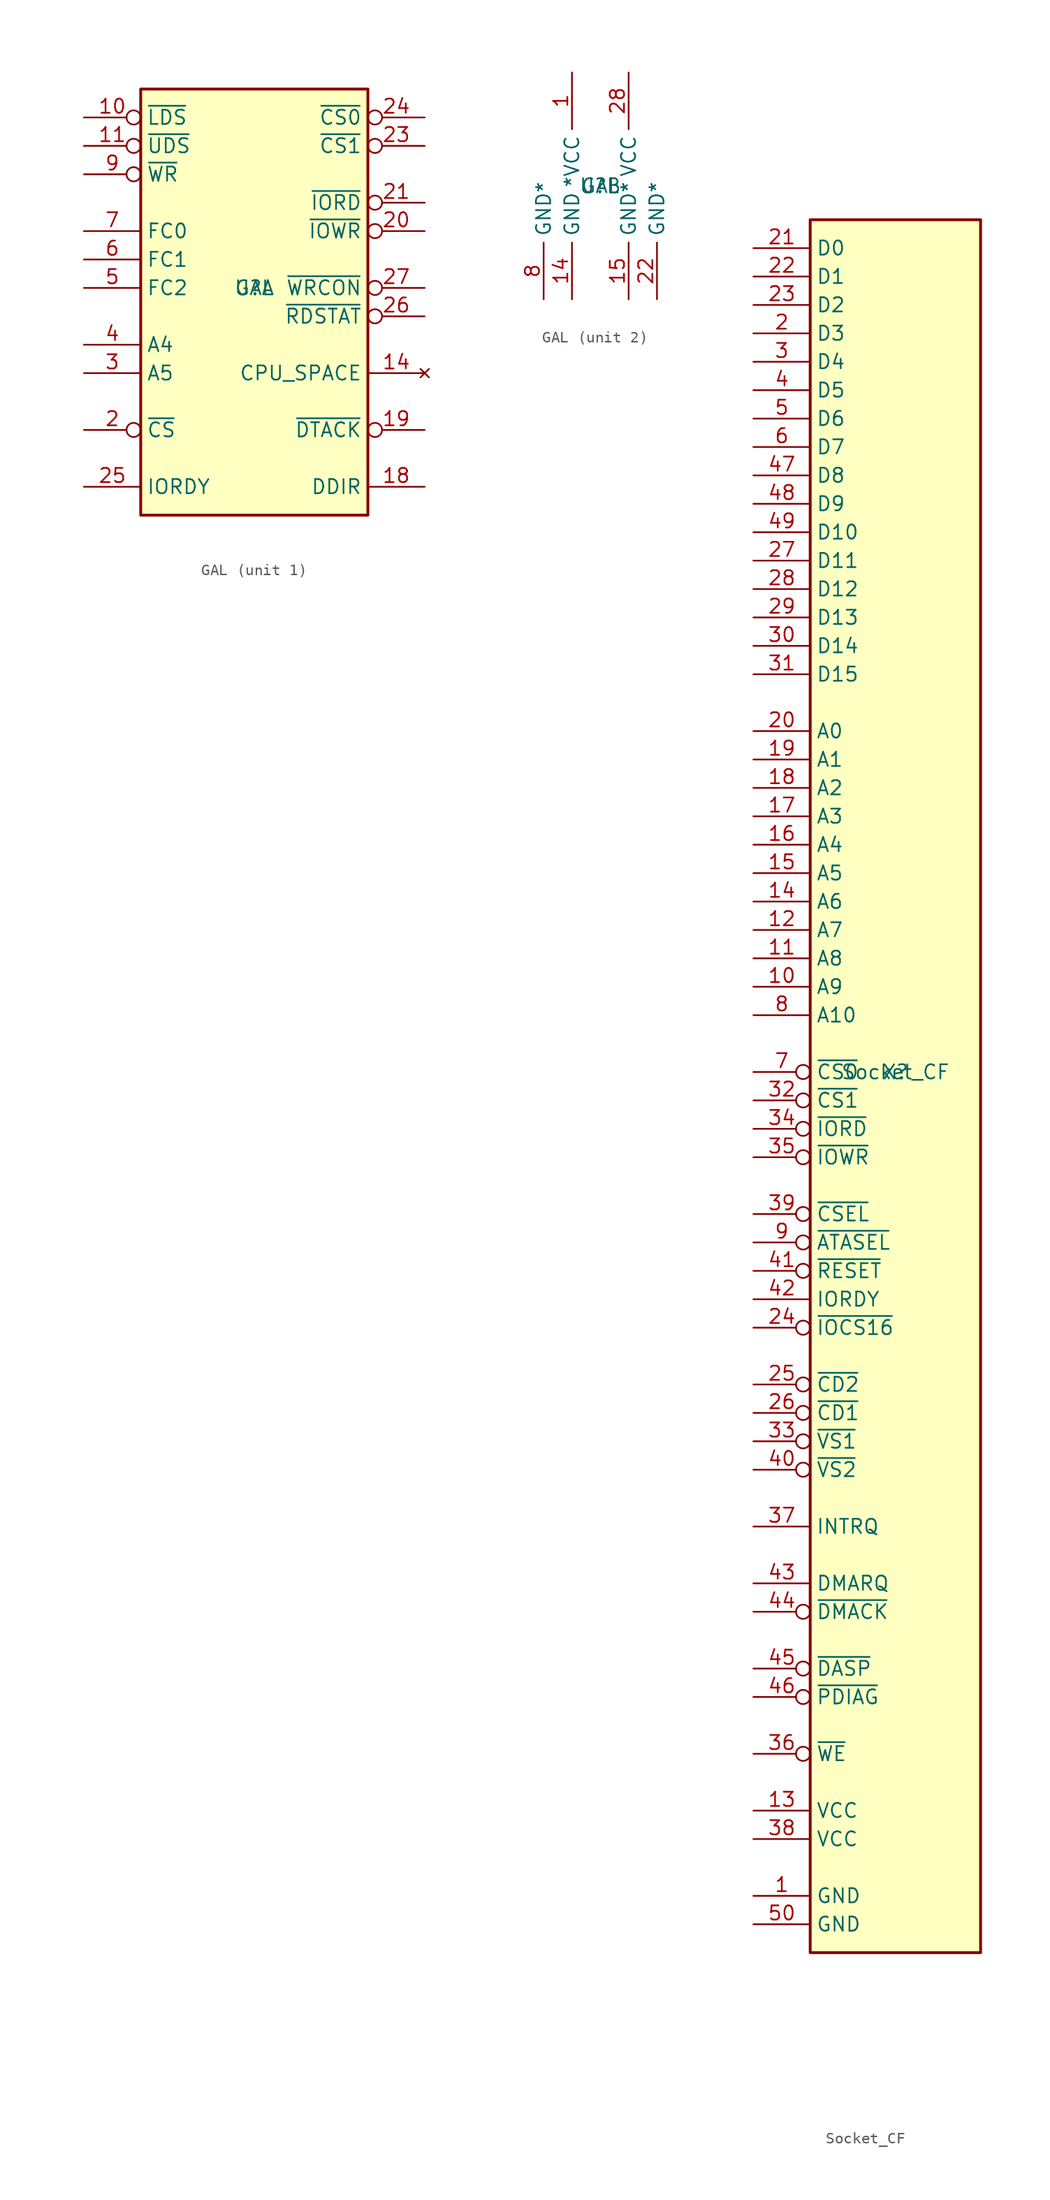
<source format=kicad_sym>
(kicad_symbol_lib
  (version 20211014)
  (generator kicad_symbol_editor)
  (symbol "GAL"
    (property "Reference" "U"
      (at 0 0 0)
      (effects (font (size 1.27 1.27))))
    (property "Value" "GAL"
      (at 0 0 0)
      (effects (font (size 1.27 1.27))))
    (property "ki_locked" ""
      (at 0 0 0)
      (effects (font (size 1.27 1.27))))
    (symbol "GAL_1_1"
      (rectangle (start -10.16 17.78) (end 10.16 -20.32) (stroke (width 0.254) (type default) (color 0 0 0 0)) (fill (type background)))
      (pin input inverted (at -15.24 15.24 0) (length 5.08) (name "~{LDS}" (effects (font (size 1.27 1.27)))) (number "10" (effects (font (size 1.27 1.27)))))
      (pin input inverted (at -15.24 12.7 0) (length 5.08) (name "~{UDS}" (effects (font (size 1.27 1.27)))) (number "11" (effects (font (size 1.27 1.27)))))
      (pin no_connect line (at 15.24 -7.62 180) (length 5.08) (name "CPU_SPACE" (effects (font (size 1.27 1.27)))) (number "14" (effects (font (size 1.27 1.27)))))
      (pin output line (at 15.24 -17.78 180) (length 5.08) (name "DDIR" (effects (font (size 1.27 1.27)))) (number "18" (effects (font (size 1.27 1.27)))))
      (pin output inverted (at 15.24 -12.7 180) (length 5.08) (name "~{DTACK}" (effects (font (size 1.27 1.27)))) (number "19" (effects (font (size 1.27 1.27)))))
      (pin input inverted (at -15.24 -12.7 0) (length 5.08) (name "~{CS}" (effects (font (size 1.27 1.27)))) (number "2" (effects (font (size 1.27 1.27)))))
      (pin output inverted (at 15.24 5.08 180) (length 5.08) (name "~{IOWR}" (effects (font (size 1.27 1.27)))) (number "20" (effects (font (size 1.27 1.27)))))
      (pin output inverted (at 15.24 7.62 180) (length 5.08) (name "~{IORD}" (effects (font (size 1.27 1.27)))) (number "21" (effects (font (size 1.27 1.27)))))
      (pin output inverted (at 15.24 12.7 180) (length 5.08) (name "~{CS1}" (effects (font (size 1.27 1.27)))) (number "23" (effects (font (size 1.27 1.27)))))
      (pin output inverted (at 15.24 15.24 180) (length 5.08) (name "~{CS0}" (effects (font (size 1.27 1.27)))) (number "24" (effects (font (size 1.27 1.27)))))
      (pin input line (at -15.24 -17.78 0) (length 5.08) (name "IORDY" (effects (font (size 1.27 1.27)))) (number "25" (effects (font (size 1.27 1.27)))))
      (pin output inverted (at 15.24 -2.54 180) (length 5.08) (name "~{RDSTAT}" (effects (font (size 1.27 1.27)))) (number "26" (effects (font (size 1.27 1.27)))))
      (pin output inverted (at 15.24 0 180) (length 5.08) (name "~{WRCON}" (effects (font (size 1.27 1.27)))) (number "27" (effects (font (size 1.27 1.27)))))
      (pin input line (at -15.24 -7.62 0) (length 5.08) (name "A5" (effects (font (size 1.27 1.27)))) (number "3" (effects (font (size 1.27 1.27)))))
      (pin input line (at -15.24 -5.08 0) (length 5.08) (name "A4" (effects (font (size 1.27 1.27)))) (number "4" (effects (font (size 1.27 1.27)))))
      (pin input line (at -15.24 0 0) (length 5.08) (name "FC2" (effects (font (size 1.27 1.27)))) (number "5" (effects (font (size 1.27 1.27)))))
      (pin input line (at -15.24 2.54 0) (length 5.08) (name "FC1" (effects (font (size 1.27 1.27)))) (number "6" (effects (font (size 1.27 1.27)))))
      (pin input line (at -15.24 5.08 0) (length 5.08) (name "FC0" (effects (font (size 1.27 1.27)))) (number "7" (effects (font (size 1.27 1.27)))))
      (pin input inverted (at -15.24 10.16 0) (length 5.08) (name "~{WR}" (effects (font (size 1.27 1.27)))) (number "9" (effects (font (size 1.27 1.27))))))
    (symbol "GAL_2_1"
      (pin power_in line (at -2.54 10.16 270) (length 5.08) (name "*VCC" (effects (font (size 1.27 1.27)))) (number "1" (effects (font (size 1.27 1.27)))))
      (pin power_in line (at -2.54 -10.16 90) (length 5.08) (name "GND" (effects (font (size 1.27 1.27)))) (number "14" (effects (font (size 1.27 1.27)))))
      (pin power_in line (at 2.54 -10.16 90) (length 5.08) (name "GND*" (effects (font (size 1.27 1.27)))) (number "15" (effects (font (size 1.27 1.27)))))
      (pin power_in line (at 5.08 -10.16 90) (length 5.08) (name "GND*" (effects (font (size 1.27 1.27)))) (number "22" (effects (font (size 1.27 1.27)))))
      (pin power_in line (at 2.54 10.16 270) (length 5.08) (name "VCC" (effects (font (size 1.27 1.27)))) (number "28" (effects (font (size 1.27 1.27)))))
      (pin power_in line (at -5.08 -10.16 90) (length 5.08) (name "GND*" (effects (font (size 1.27 1.27)))) (number "8" (effects (font (size 1.27 1.27)))))))
  (symbol "Socket_CF"
    (property "Reference" "X"
      (at 0 0 0)
      (effects (font (size 1.27 1.27))))
    (property "Value" "Socket_CF"
      (at 0 0 0)
      (effects (font (size 1.27 1.27))))
    (symbol "Socket_CF_0_1"
      (rectangle (start -7.62 76.2) (end 7.62 -78.74) (stroke (width 0.254) (type default) (color 0 0 0 0)) (fill (type background))))
    (symbol "Socket_CF_1_1"
      (pin power_in line (at -12.7 -73.66 0) (length 5.08) (name "GND" (effects (font (size 1.27 1.27)))) (number "1" (effects (font (size 1.27 1.27)))))
      (pin input line (at -12.7 7.62 0) (length 5.08) (name "A9" (effects (font (size 1.27 1.27)))) (number "10" (effects (font (size 1.27 1.27)))))
      (pin input line (at -12.7 10.16 0) (length 5.08) (name "A8" (effects (font (size 1.27 1.27)))) (number "11" (effects (font (size 1.27 1.27)))))
      (pin input line (at -12.7 12.7 0) (length 5.08) (name "A7" (effects (font (size 1.27 1.27)))) (number "12" (effects (font (size 1.27 1.27)))))
      (pin power_in line (at -12.7 -66.04 0) (length 5.08) (name "VCC" (effects (font (size 1.27 1.27)))) (number "13" (effects (font (size 1.27 1.27)))))
      (pin input line (at -12.7 15.24 0) (length 5.08) (name "A6" (effects (font (size 1.27 1.27)))) (number "14" (effects (font (size 1.27 1.27)))))
      (pin input line (at -12.7 17.78 0) (length 5.08) (name "A5" (effects (font (size 1.27 1.27)))) (number "15" (effects (font (size 1.27 1.27)))))
      (pin input line (at -12.7 20.32 0) (length 5.08) (name "A4" (effects (font (size 1.27 1.27)))) (number "16" (effects (font (size 1.27 1.27)))))
      (pin input line (at -12.7 22.86 0) (length 5.08) (name "A3" (effects (font (size 1.27 1.27)))) (number "17" (effects (font (size 1.27 1.27)))))
      (pin input line (at -12.7 25.4 0) (length 5.08) (name "A2" (effects (font (size 1.27 1.27)))) (number "18" (effects (font (size 1.27 1.27)))))
      (pin input line (at -12.7 27.94 0) (length 5.08) (name "A1" (effects (font (size 1.27 1.27)))) (number "19" (effects (font (size 1.27 1.27)))))
      (pin bidirectional line (at -12.7 66.04 0) (length 5.08) (name "D3" (effects (font (size 1.27 1.27)))) (number "2" (effects (font (size 1.27 1.27)))))
      (pin input line (at -12.7 30.48 0) (length 5.08) (name "A0" (effects (font (size 1.27 1.27)))) (number "20" (effects (font (size 1.27 1.27)))))
      (pin bidirectional line (at -12.7 73.66 0) (length 5.08) (name "D0" (effects (font (size 1.27 1.27)))) (number "21" (effects (font (size 1.27 1.27)))))
      (pin bidirectional line (at -12.7 71.12 0) (length 5.08) (name "D1" (effects (font (size 1.27 1.27)))) (number "22" (effects (font (size 1.27 1.27)))))
      (pin bidirectional line (at -12.7 68.58 0) (length 5.08) (name "D2" (effects (font (size 1.27 1.27)))) (number "23" (effects (font (size 1.27 1.27)))))
      (pin output inverted (at -12.7 -22.86 0) (length 5.08) (name "~{IOCS16}" (effects (font (size 1.27 1.27)))) (number "24" (effects (font (size 1.27 1.27)))))
      (pin output inverted (at -12.7 -27.94 0) (length 5.08) (name "~{CD2}" (effects (font (size 1.27 1.27)))) (number "25" (effects (font (size 1.27 1.27)))))
      (pin output inverted (at -12.7 -30.48 0) (length 5.08) (name "~{CD1}" (effects (font (size 1.27 1.27)))) (number "26" (effects (font (size 1.27 1.27)))))
      (pin bidirectional line (at -12.7 45.72 0) (length 5.08) (name "D11" (effects (font (size 1.27 1.27)))) (number "27" (effects (font (size 1.27 1.27)))))
      (pin bidirectional line (at -12.7 43.18 0) (length 5.08) (name "D12" (effects (font (size 1.27 1.27)))) (number "28" (effects (font (size 1.27 1.27)))))
      (pin bidirectional line (at -12.7 40.64 0) (length 5.08) (name "D13" (effects (font (size 1.27 1.27)))) (number "29" (effects (font (size 1.27 1.27)))))
      (pin bidirectional line (at -12.7 63.5 0) (length 5.08) (name "D4" (effects (font (size 1.27 1.27)))) (number "3" (effects (font (size 1.27 1.27)))))
      (pin bidirectional line (at -12.7 38.1 0) (length 5.08) (name "D14" (effects (font (size 1.27 1.27)))) (number "30" (effects (font (size 1.27 1.27)))))
      (pin bidirectional line (at -12.7 35.56 0) (length 5.08) (name "D15" (effects (font (size 1.27 1.27)))) (number "31" (effects (font (size 1.27 1.27)))))
      (pin input inverted (at -12.7 -2.54 0) (length 5.08) (name "~{CS1}" (effects (font (size 1.27 1.27)))) (number "32" (effects (font (size 1.27 1.27)))))
      (pin output inverted (at -12.7 -33.02 0) (length 5.08) (name "~{VS1}" (effects (font (size 1.27 1.27)))) (number "33" (effects (font (size 1.27 1.27)))))
      (pin input inverted (at -12.7 -5.08 0) (length 5.08) (name "~{IORD}" (effects (font (size 1.27 1.27)))) (number "34" (effects (font (size 1.27 1.27)))))
      (pin input inverted (at -12.7 -7.62 0) (length 5.08) (name "~{IOWR}" (effects (font (size 1.27 1.27)))) (number "35" (effects (font (size 1.27 1.27)))))
      (pin input inverted (at -12.7 -60.96 0) (length 5.08) (name "~{WE}" (effects (font (size 1.27 1.27)))) (number "36" (effects (font (size 1.27 1.27)))))
      (pin output line (at -12.7 -40.64 0) (length 5.08) (name "INTRQ" (effects (font (size 1.27 1.27)))) (number "37" (effects (font (size 1.27 1.27)))))
      (pin power_in line (at -12.7 -68.58 0) (length 5.08) (name "VCC" (effects (font (size 1.27 1.27)))) (number "38" (effects (font (size 1.27 1.27)))))
      (pin input inverted (at -12.7 -12.7 0) (length 5.08) (name "~{CSEL}" (effects (font (size 1.27 1.27)))) (number "39" (effects (font (size 1.27 1.27)))))
      (pin bidirectional line (at -12.7 60.96 0) (length 5.08) (name "D5" (effects (font (size 1.27 1.27)))) (number "4" (effects (font (size 1.27 1.27)))))
      (pin output inverted (at -12.7 -35.56 0) (length 5.08) (name "~{VS2}" (effects (font (size 1.27 1.27)))) (number "40" (effects (font (size 1.27 1.27)))))
      (pin input inverted (at -12.7 -17.78 0) (length 5.08) (name "~{RESET}" (effects (font (size 1.27 1.27)))) (number "41" (effects (font (size 1.27 1.27)))))
      (pin output line (at -12.7 -20.32 0) (length 5.08) (name "IORDY" (effects (font (size 1.27 1.27)))) (number "42" (effects (font (size 1.27 1.27)))))
      (pin output line (at -12.7 -45.72 0) (length 5.08) (name "DMARQ" (effects (font (size 1.27 1.27)))) (number "43" (effects (font (size 1.27 1.27)))))
      (pin input inverted (at -12.7 -48.26 0) (length 5.08) (name "~{DMACK}" (effects (font (size 1.27 1.27)))) (number "44" (effects (font (size 1.27 1.27)))))
      (pin bidirectional inverted (at -12.7 -53.34 0) (length 5.08) (name "~{DASP}" (effects (font (size 1.27 1.27)))) (number "45" (effects (font (size 1.27 1.27)))))
      (pin bidirectional inverted (at -12.7 -55.88 0) (length 5.08) (name "~{PDIAG}" (effects (font (size 1.27 1.27)))) (number "46" (effects (font (size 1.27 1.27)))))
      (pin bidirectional line (at -12.7 53.34 0) (length 5.08) (name "D8" (effects (font (size 1.27 1.27)))) (number "47" (effects (font (size 1.27 1.27)))))
      (pin bidirectional line (at -12.7 50.8 0) (length 5.08) (name "D9" (effects (font (size 1.27 1.27)))) (number "48" (effects (font (size 1.27 1.27)))))
      (pin bidirectional line (at -12.7 48.26 0) (length 5.08) (name "D10" (effects (font (size 1.27 1.27)))) (number "49" (effects (font (size 1.27 1.27)))))
      (pin bidirectional line (at -12.7 58.42 0) (length 5.08) (name "D6" (effects (font (size 1.27 1.27)))) (number "5" (effects (font (size 1.27 1.27)))))
      (pin power_in line (at -12.7 -76.2 0) (length 5.08) (name "GND" (effects (font (size 1.27 1.27)))) (number "50" (effects (font (size 1.27 1.27)))))
      (pin bidirectional line (at -12.7 55.88 0) (length 5.08) (name "D7" (effects (font (size 1.27 1.27)))) (number "6" (effects (font (size 1.27 1.27)))))
      (pin input inverted (at -12.7 0 0) (length 5.08) (name "~{CS0}" (effects (font (size 1.27 1.27)))) (number "7" (effects (font (size 1.27 1.27)))))
      (pin input line (at -12.7 5.08 0) (length 5.08) (name "A10" (effects (font (size 1.27 1.27)))) (number "8" (effects (font (size 1.27 1.27)))))
      (pin input inverted (at -12.7 -15.24 0) (length 5.08) (name "~{ATASEL}" (effects (font (size 1.27 1.27)))) (number "9" (effects (font (size 1.27 1.27))))))))
</source>
